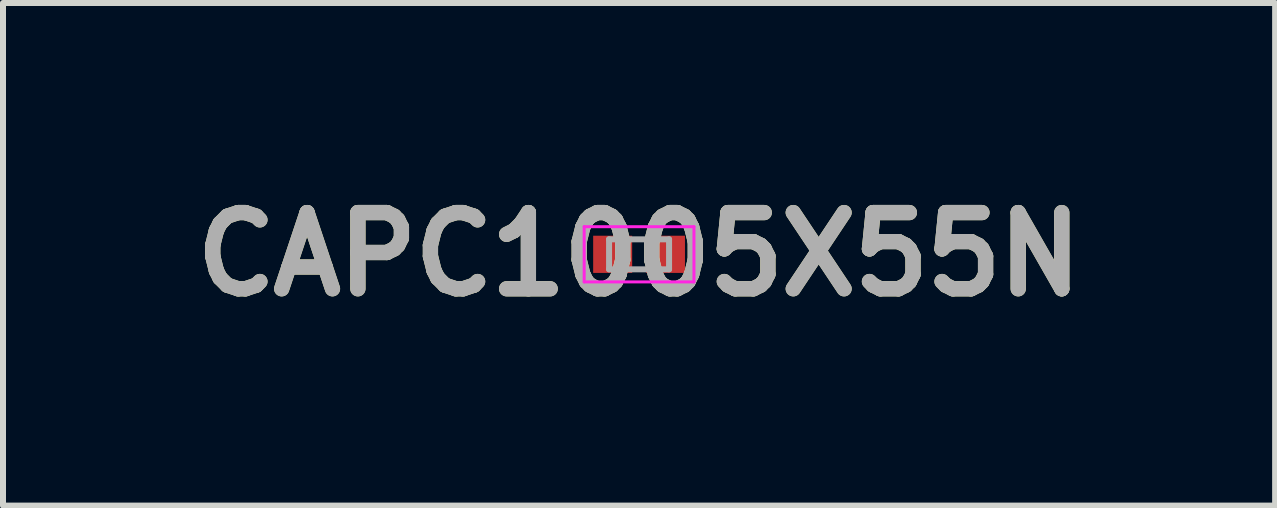
<source format=kicad_pcb>
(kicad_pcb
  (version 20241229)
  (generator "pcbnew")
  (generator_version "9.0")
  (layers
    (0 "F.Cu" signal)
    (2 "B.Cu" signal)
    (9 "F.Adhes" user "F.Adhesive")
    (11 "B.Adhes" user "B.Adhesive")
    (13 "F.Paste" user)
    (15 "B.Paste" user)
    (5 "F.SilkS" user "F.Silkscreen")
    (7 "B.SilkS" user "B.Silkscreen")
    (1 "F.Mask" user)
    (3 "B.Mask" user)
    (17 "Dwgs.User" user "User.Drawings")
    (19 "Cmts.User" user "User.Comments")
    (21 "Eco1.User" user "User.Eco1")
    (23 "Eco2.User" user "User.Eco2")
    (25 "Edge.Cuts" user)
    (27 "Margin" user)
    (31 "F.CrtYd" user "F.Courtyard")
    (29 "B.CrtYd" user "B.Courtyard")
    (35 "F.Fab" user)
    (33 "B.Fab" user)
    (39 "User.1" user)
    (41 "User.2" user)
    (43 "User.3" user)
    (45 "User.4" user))
  (footprint "CAPC1005X55N"
    (layer "F.Cu")
    (at 7.602 1.189)
    (property "Reference" "CAPC1005X55N" (at 0 0 0) (layer "F.SilkS") (effects (font (size 1.27 1.27) (thickness 0.254))))
    (attr smd)
    (fp_line (start -0.915 -0.46) (end 0.915 -0.46) (stroke (width 0.05) (type solid)) (layer "F.CrtYd"))
    (fp_line (start -0.915 0.46) (end -0.915 -0.46) (stroke (width 0.05) (type solid)) (layer "F.CrtYd"))
    (fp_line (start 0.915 -0.46) (end 0.915 0.46) (stroke (width 0.05) (type solid)) (layer "F.CrtYd"))
    (fp_line (start 0.915 0.46) (end -0.915 0.46) (stroke (width 0.05) (type solid)) (layer "F.CrtYd"))
    (fp_line (start -0.5 -0.25) (end 0.5 -0.25) (stroke (width 0.1) (type solid)) (layer "F.Fab"))
    (fp_line (start -0.5 0.25) (end -0.5 -0.25) (stroke (width 0.1) (type solid)) (layer "F.Fab"))
    (fp_line (start 0.5 -0.25) (end 0.5 0.25) (stroke (width 0.1) (type solid)) (layer "F.Fab"))
    (fp_line (start 0.5 0.25) (end -0.5 0.25) (stroke (width 0.1) (type solid)) (layer "F.Fab"))
    (fp_text user "${REFERENCE}" (at 0 0 0) (layer "F.Fab") (effects (font (size 1.27 1.27) (thickness 0.254))))
    (pad "1" smd rect (at -0.44 0 90) (size 0.62 0.65) (layers "F.Cu" "F.Mask" "F.Paste"))
    (pad "2" smd rect (at 0.44 0 90) (size 0.62 0.65) (layers "F.Cu" "F.Mask" "F.Paste")))
  (gr_rect
    (start -3 -3)
    (end 18.204 5.377)
    (stroke (width 0.1) (type default))
    (fill no)
    (layer "Edge.Cuts")))
</source>
